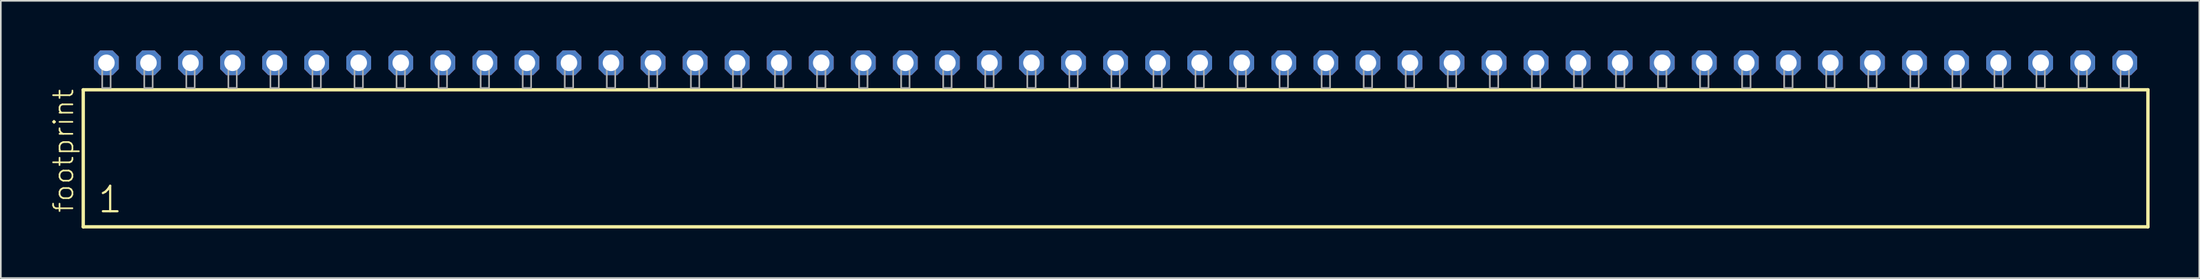
<source format=kicad_pcb>
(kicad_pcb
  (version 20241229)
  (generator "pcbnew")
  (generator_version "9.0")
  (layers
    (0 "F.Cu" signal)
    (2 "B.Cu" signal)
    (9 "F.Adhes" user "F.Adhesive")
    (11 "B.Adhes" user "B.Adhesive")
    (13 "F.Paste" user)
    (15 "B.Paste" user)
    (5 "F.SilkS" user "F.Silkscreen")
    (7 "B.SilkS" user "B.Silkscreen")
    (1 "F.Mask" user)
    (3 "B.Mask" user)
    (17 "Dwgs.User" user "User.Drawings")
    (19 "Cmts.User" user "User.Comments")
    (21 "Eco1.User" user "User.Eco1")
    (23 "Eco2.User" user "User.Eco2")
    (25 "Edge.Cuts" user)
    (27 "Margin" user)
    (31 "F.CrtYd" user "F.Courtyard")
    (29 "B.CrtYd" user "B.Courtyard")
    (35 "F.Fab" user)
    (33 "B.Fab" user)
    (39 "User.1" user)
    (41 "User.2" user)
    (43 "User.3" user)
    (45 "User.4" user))
  (footprint "footprint"
    (layer "F.Cu")
    (at 64.338 2.274)
    (property "Reference" "footprint" (at -62.865 7.62 90) (layer "F.SilkS") (effects (font (size 1.168 1.168) (thickness 0.102)) (justify left bottom)))
    (fp_line (start -62.359 0.106) (end -62.359 8.396) (stroke (width 0.203) (type solid)) (layer "F.SilkS"))
    (fp_line (start -62.359 8.396) (end 62.359 8.396) (stroke (width 0.203) (type solid)) (layer "F.SilkS"))
    (fp_line (start 62.359 0.106) (end -62.359 0.106) (stroke (width 0.203) (type solid)) (layer "F.SilkS"))
    (fp_line (start 62.359 8.396) (end 62.359 0.106) (stroke (width 0.203) (type solid)) (layer "F.SilkS"))
    (fp_poly (pts (xy -61.214 0) (xy -60.706 0) (xy -60.706 -1.778) (xy -61.214 -1.778)) (stroke (width 0.1) (type solid)) (fill no) (layer "F.Fab"))
    (fp_poly (pts (xy -58.674 0) (xy -58.166 0) (xy -58.166 -1.778) (xy -58.674 -1.778)) (stroke (width 0.1) (type solid)) (fill no) (layer "F.Fab"))
    (fp_poly (pts (xy -56.134 0) (xy -55.626 0) (xy -55.626 -1.778) (xy -56.134 -1.778)) (stroke (width 0.1) (type solid)) (fill no) (layer "F.Fab"))
    (fp_poly (pts (xy -53.594 0) (xy -53.086 0) (xy -53.086 -1.778) (xy -53.594 -1.778)) (stroke (width 0.1) (type solid)) (fill no) (layer "F.Fab"))
    (fp_poly (pts (xy -51.054 0) (xy -50.546 0) (xy -50.546 -1.778) (xy -51.054 -1.778)) (stroke (width 0.1) (type solid)) (fill no) (layer "F.Fab"))
    (fp_poly (pts (xy -48.514 0) (xy -48.006 0) (xy -48.006 -1.778) (xy -48.514 -1.778)) (stroke (width 0.1) (type solid)) (fill no) (layer "F.Fab"))
    (fp_poly (pts (xy -45.974 0) (xy -45.466 0) (xy -45.466 -1.778) (xy -45.974 -1.778)) (stroke (width 0.1) (type solid)) (fill no) (layer "F.Fab"))
    (fp_poly (pts (xy -43.434 0) (xy -42.926 0) (xy -42.926 -1.778) (xy -43.434 -1.778)) (stroke (width 0.1) (type solid)) (fill no) (layer "F.Fab"))
    (fp_poly (pts (xy -40.894 0) (xy -40.386 0) (xy -40.386 -1.778) (xy -40.894 -1.778)) (stroke (width 0.1) (type solid)) (fill no) (layer "F.Fab"))
    (fp_poly (pts (xy -38.354 0) (xy -37.846 0) (xy -37.846 -1.778) (xy -38.354 -1.778)) (stroke (width 0.1) (type solid)) (fill no) (layer "F.Fab"))
    (fp_poly (pts (xy -35.814 0) (xy -35.306 0) (xy -35.306 -1.778) (xy -35.814 -1.778)) (stroke (width 0.1) (type solid)) (fill no) (layer "F.Fab"))
    (fp_poly (pts (xy -33.274 0) (xy -32.766 0) (xy -32.766 -1.778) (xy -33.274 -1.778)) (stroke (width 0.1) (type solid)) (fill no) (layer "F.Fab"))
    (fp_poly (pts (xy -30.734 0) (xy -30.226 0) (xy -30.226 -1.778) (xy -30.734 -1.778)) (stroke (width 0.1) (type solid)) (fill no) (layer "F.Fab"))
    (fp_poly (pts (xy -28.194 0) (xy -27.686 0) (xy -27.686 -1.778) (xy -28.194 -1.778)) (stroke (width 0.1) (type solid)) (fill no) (layer "F.Fab"))
    (fp_poly (pts (xy -25.654 0) (xy -25.146 0) (xy -25.146 -1.778) (xy -25.654 -1.778)) (stroke (width 0.1) (type solid)) (fill no) (layer "F.Fab"))
    (fp_poly (pts (xy -23.114 0) (xy -22.606 0) (xy -22.606 -1.778) (xy -23.114 -1.778)) (stroke (width 0.1) (type solid)) (fill no) (layer "F.Fab"))
    (fp_poly (pts (xy -20.574 0) (xy -20.066 0) (xy -20.066 -1.778) (xy -20.574 -1.778)) (stroke (width 0.1) (type solid)) (fill no) (layer "F.Fab"))
    (fp_poly (pts (xy -18.034 0) (xy -17.526 0) (xy -17.526 -1.778) (xy -18.034 -1.778)) (stroke (width 0.1) (type solid)) (fill no) (layer "F.Fab"))
    (fp_poly (pts (xy -15.494 0) (xy -14.986 0) (xy -14.986 -1.778) (xy -15.494 -1.778)) (stroke (width 0.1) (type solid)) (fill no) (layer "F.Fab"))
    (fp_poly (pts (xy -12.954 0) (xy -12.446 0) (xy -12.446 -1.778) (xy -12.954 -1.778)) (stroke (width 0.1) (type solid)) (fill no) (layer "F.Fab"))
    (fp_poly (pts (xy -10.414 0) (xy -9.906 0) (xy -9.906 -1.778) (xy -10.414 -1.778)) (stroke (width 0.1) (type solid)) (fill no) (layer "F.Fab"))
    (fp_poly (pts (xy -7.874 0) (xy -7.366 0) (xy -7.366 -1.778) (xy -7.874 -1.778)) (stroke (width 0.1) (type solid)) (fill no) (layer "F.Fab"))
    (fp_poly (pts (xy -5.334 0) (xy -4.826 0) (xy -4.826 -1.778) (xy -5.334 -1.778)) (stroke (width 0.1) (type solid)) (fill no) (layer "F.Fab"))
    (fp_poly (pts (xy -2.794 0) (xy -2.286 0) (xy -2.286 -1.778) (xy -2.794 -1.778)) (stroke (width 0.1) (type solid)) (fill no) (layer "F.Fab"))
    (fp_poly (pts (xy -0.254 0) (xy 0.254 0) (xy 0.254 -1.778) (xy -0.254 -1.778)) (stroke (width 0.1) (type solid)) (fill no) (layer "F.Fab"))
    (fp_poly (pts (xy 2.286 0) (xy 2.794 0) (xy 2.794 -1.778) (xy 2.286 -1.778)) (stroke (width 0.1) (type solid)) (fill no) (layer "F.Fab"))
    (fp_poly (pts (xy 4.826 0) (xy 5.334 0) (xy 5.334 -1.778) (xy 4.826 -1.778)) (stroke (width 0.1) (type solid)) (fill no) (layer "F.Fab"))
    (fp_poly (pts (xy 7.366 0) (xy 7.874 0) (xy 7.874 -1.778) (xy 7.366 -1.778)) (stroke (width 0.1) (type solid)) (fill no) (layer "F.Fab"))
    (fp_poly (pts (xy 9.906 0) (xy 10.414 0) (xy 10.414 -1.778) (xy 9.906 -1.778)) (stroke (width 0.1) (type solid)) (fill no) (layer "F.Fab"))
    (fp_poly (pts (xy 12.446 0) (xy 12.954 0) (xy 12.954 -1.778) (xy 12.446 -1.778)) (stroke (width 0.1) (type solid)) (fill no) (layer "F.Fab"))
    (fp_poly (pts (xy 14.986 0) (xy 15.494 0) (xy 15.494 -1.778) (xy 14.986 -1.778)) (stroke (width 0.1) (type solid)) (fill no) (layer "F.Fab"))
    (fp_poly (pts (xy 17.526 0) (xy 18.034 0) (xy 18.034 -1.778) (xy 17.526 -1.778)) (stroke (width 0.1) (type solid)) (fill no) (layer "F.Fab"))
    (fp_poly (pts (xy 20.066 0) (xy 20.574 0) (xy 20.574 -1.778) (xy 20.066 -1.778)) (stroke (width 0.1) (type solid)) (fill no) (layer "F.Fab"))
    (fp_poly (pts (xy 22.606 0) (xy 23.114 0) (xy 23.114 -1.778) (xy 22.606 -1.778)) (stroke (width 0.1) (type solid)) (fill no) (layer "F.Fab"))
    (fp_poly (pts (xy 25.146 0) (xy 25.654 0) (xy 25.654 -1.778) (xy 25.146 -1.778)) (stroke (width 0.1) (type solid)) (fill no) (layer "F.Fab"))
    (fp_poly (pts (xy 27.686 0) (xy 28.194 0) (xy 28.194 -1.778) (xy 27.686 -1.778)) (stroke (width 0.1) (type solid)) (fill no) (layer "F.Fab"))
    (fp_poly (pts (xy 30.226 0) (xy 30.734 0) (xy 30.734 -1.778) (xy 30.226 -1.778)) (stroke (width 0.1) (type solid)) (fill no) (layer "F.Fab"))
    (fp_poly (pts (xy 32.766 0) (xy 33.274 0) (xy 33.274 -1.778) (xy 32.766 -1.778)) (stroke (width 0.1) (type solid)) (fill no) (layer "F.Fab"))
    (fp_poly (pts (xy 35.306 0) (xy 35.814 0) (xy 35.814 -1.778) (xy 35.306 -1.778)) (stroke (width 0.1) (type solid)) (fill no) (layer "F.Fab"))
    (fp_poly (pts (xy 37.846 0) (xy 38.354 0) (xy 38.354 -1.778) (xy 37.846 -1.778)) (stroke (width 0.1) (type solid)) (fill no) (layer "F.Fab"))
    (fp_poly (pts (xy 40.386 0) (xy 40.894 0) (xy 40.894 -1.778) (xy 40.386 -1.778)) (stroke (width 0.1) (type solid)) (fill no) (layer "F.Fab"))
    (fp_poly (pts (xy 42.926 0) (xy 43.434 0) (xy 43.434 -1.778) (xy 42.926 -1.778)) (stroke (width 0.1) (type solid)) (fill no) (layer "F.Fab"))
    (fp_poly (pts (xy 45.466 0) (xy 45.974 0) (xy 45.974 -1.778) (xy 45.466 -1.778)) (stroke (width 0.1) (type solid)) (fill no) (layer "F.Fab"))
    (fp_poly (pts (xy 48.006 0) (xy 48.514 0) (xy 48.514 -1.778) (xy 48.006 -1.778)) (stroke (width 0.1) (type solid)) (fill no) (layer "F.Fab"))
    (fp_poly (pts (xy 50.546 0) (xy 51.054 0) (xy 51.054 -1.778) (xy 50.546 -1.778)) (stroke (width 0.1) (type solid)) (fill no) (layer "F.Fab"))
    (fp_poly (pts (xy 53.086 0) (xy 53.594 0) (xy 53.594 -1.778) (xy 53.086 -1.778)) (stroke (width 0.1) (type solid)) (fill no) (layer "F.Fab"))
    (fp_poly (pts (xy 55.626 0) (xy 56.134 0) (xy 56.134 -1.778) (xy 55.626 -1.778)) (stroke (width 0.1) (type solid)) (fill no) (layer "F.Fab"))
    (fp_poly (pts (xy 58.166 0) (xy 58.674 0) (xy 58.674 -1.778) (xy 58.166 -1.778)) (stroke (width 0.1) (type solid)) (fill no) (layer "F.Fab"))
    (fp_poly (pts (xy 60.706 0) (xy 61.214 0) (xy 61.214 -1.778) (xy 60.706 -1.778)) (stroke (width 0.1) (type solid)) (fill no) (layer "F.Fab"))
    (fp_text user "1" (at -61.555 7.65 0) (layer "F.SilkS") (effects (font (size 1.542 1.542) (thickness 0.134)) (justify left bottom)))
    (pad "1" thru_hole roundrect (at -60.96 -1.524) (size 1.5 1.5) (drill 1) (layers "*.Cu" "*.Mask") (roundrect_rratio 0.25) (chamfer_ratio 0.25) (chamfer top_left top_right bottom_left bottom_right))
    (pad "2" thru_hole roundrect (at -58.42 -1.524) (size 1.5 1.5) (drill 1) (layers "*.Cu" "*.Mask") (roundrect_rratio 0.25) (chamfer_ratio 0.25) (chamfer top_left top_right bottom_left bottom_right))
    (pad "3" thru_hole roundrect (at -55.88 -1.524) (size 1.5 1.5) (drill 1) (layers "*.Cu" "*.Mask") (roundrect_rratio 0.25) (chamfer_ratio 0.25) (chamfer top_left top_right bottom_left bottom_right))
    (pad "4" thru_hole roundrect (at -53.34 -1.524) (size 1.5 1.5) (drill 1) (layers "*.Cu" "*.Mask") (roundrect_rratio 0.25) (chamfer_ratio 0.25) (chamfer top_left top_right bottom_left bottom_right))
    (pad "5" thru_hole roundrect (at -50.8 -1.524) (size 1.5 1.5) (drill 1) (layers "*.Cu" "*.Mask") (roundrect_rratio 0.25) (chamfer_ratio 0.25) (chamfer top_left top_right bottom_left bottom_right))
    (pad "6" thru_hole roundrect (at -48.26 -1.524) (size 1.5 1.5) (drill 1) (layers "*.Cu" "*.Mask") (roundrect_rratio 0.25) (chamfer_ratio 0.25) (chamfer top_left top_right bottom_left bottom_right))
    (pad "7" thru_hole roundrect (at -45.72 -1.524) (size 1.5 1.5) (drill 1) (layers "*.Cu" "*.Mask") (roundrect_rratio 0.25) (chamfer_ratio 0.25) (chamfer top_left top_right bottom_left bottom_right))
    (pad "8" thru_hole roundrect (at -43.18 -1.524) (size 1.5 1.5) (drill 1) (layers "*.Cu" "*.Mask") (roundrect_rratio 0.25) (chamfer_ratio 0.25) (chamfer top_left top_right bottom_left bottom_right))
    (pad "9" thru_hole roundrect (at -40.64 -1.524) (size 1.5 1.5) (drill 1) (layers "*.Cu" "*.Mask") (roundrect_rratio 0.25) (chamfer_ratio 0.25) (chamfer top_left top_right bottom_left bottom_right))
    (pad "10" thru_hole roundrect (at -38.1 -1.524) (size 1.5 1.5) (drill 1) (layers "*.Cu" "*.Mask") (roundrect_rratio 0.25) (chamfer_ratio 0.25) (chamfer top_left top_right bottom_left bottom_right))
    (pad "11" thru_hole roundrect (at -35.56 -1.524) (size 1.5 1.5) (drill 1) (layers "*.Cu" "*.Mask") (roundrect_rratio 0.25) (chamfer_ratio 0.25) (chamfer top_left top_right bottom_left bottom_right))
    (pad "12" thru_hole roundrect (at -33.02 -1.524) (size 1.5 1.5) (drill 1) (layers "*.Cu" "*.Mask") (roundrect_rratio 0.25) (chamfer_ratio 0.25) (chamfer top_left top_right bottom_left bottom_right))
    (pad "13" thru_hole roundrect (at -30.48 -1.524) (size 1.5 1.5) (drill 1) (layers "*.Cu" "*.Mask") (roundrect_rratio 0.25) (chamfer_ratio 0.25) (chamfer top_left top_right bottom_left bottom_right))
    (pad "14" thru_hole roundrect (at -27.94 -1.524) (size 1.5 1.5) (drill 1) (layers "*.Cu" "*.Mask") (roundrect_rratio 0.25) (chamfer_ratio 0.25) (chamfer top_left top_right bottom_left bottom_right))
    (pad "15" thru_hole roundrect (at -25.4 -1.524) (size 1.5 1.5) (drill 1) (layers "*.Cu" "*.Mask") (roundrect_rratio 0.25) (chamfer_ratio 0.25) (chamfer top_left top_right bottom_left bottom_right))
    (pad "16" thru_hole roundrect (at -22.86 -1.524) (size 1.5 1.5) (drill 1) (layers "*.Cu" "*.Mask") (roundrect_rratio 0.25) (chamfer_ratio 0.25) (chamfer top_left top_right bottom_left bottom_right))
    (pad "17" thru_hole roundrect (at -20.32 -1.524) (size 1.5 1.5) (drill 1) (layers "*.Cu" "*.Mask") (roundrect_rratio 0.25) (chamfer_ratio 0.25) (chamfer top_left top_right bottom_left bottom_right))
    (pad "18" thru_hole roundrect (at -17.78 -1.524) (size 1.5 1.5) (drill 1) (layers "*.Cu" "*.Mask") (roundrect_rratio 0.25) (chamfer_ratio 0.25) (chamfer top_left top_right bottom_left bottom_right))
    (pad "19" thru_hole roundrect (at -15.24 -1.524) (size 1.5 1.5) (drill 1) (layers "*.Cu" "*.Mask") (roundrect_rratio 0.25) (chamfer_ratio 0.25) (chamfer top_left top_right bottom_left bottom_right))
    (pad "20" thru_hole roundrect (at -12.7 -1.524) (size 1.5 1.5) (drill 1) (layers "*.Cu" "*.Mask") (roundrect_rratio 0.25) (chamfer_ratio 0.25) (chamfer top_left top_right bottom_left bottom_right))
    (pad "21" thru_hole roundrect (at -10.16 -1.524) (size 1.5 1.5) (drill 1) (layers "*.Cu" "*.Mask") (roundrect_rratio 0.25) (chamfer_ratio 0.25) (chamfer top_left top_right bottom_left bottom_right))
    (pad "22" thru_hole roundrect (at -7.62 -1.524) (size 1.5 1.5) (drill 1) (layers "*.Cu" "*.Mask") (roundrect_rratio 0.25) (chamfer_ratio 0.25) (chamfer top_left top_right bottom_left bottom_right))
    (pad "23" thru_hole roundrect (at -5.08 -1.524) (size 1.5 1.5) (drill 1) (layers "*.Cu" "*.Mask") (roundrect_rratio 0.25) (chamfer_ratio 0.25) (chamfer top_left top_right bottom_left bottom_right))
    (pad "24" thru_hole roundrect (at -2.54 -1.524) (size 1.5 1.5) (drill 1) (layers "*.Cu" "*.Mask") (roundrect_rratio 0.25) (chamfer_ratio 0.25) (chamfer top_left top_right bottom_left bottom_right))
    (pad "25" thru_hole roundrect (at 0 -1.524) (size 1.5 1.5) (drill 1) (layers "*.Cu" "*.Mask") (roundrect_rratio 0.25) (chamfer_ratio 0.25) (chamfer top_left top_right bottom_left bottom_right))
    (pad "26" thru_hole roundrect (at 2.54 -1.524) (size 1.5 1.5) (drill 1) (layers "*.Cu" "*.Mask") (roundrect_rratio 0.25) (chamfer_ratio 0.25) (chamfer top_left top_right bottom_left bottom_right))
    (pad "27" thru_hole roundrect (at 5.08 -1.524) (size 1.5 1.5) (drill 1) (layers "*.Cu" "*.Mask") (roundrect_rratio 0.25) (chamfer_ratio 0.25) (chamfer top_left top_right bottom_left bottom_right))
    (pad "28" thru_hole roundrect (at 7.62 -1.524) (size 1.5 1.5) (drill 1) (layers "*.Cu" "*.Mask") (roundrect_rratio 0.25) (chamfer_ratio 0.25) (chamfer top_left top_right bottom_left bottom_right))
    (pad "29" thru_hole roundrect (at 10.16 -1.524) (size 1.5 1.5) (drill 1) (layers "*.Cu" "*.Mask") (roundrect_rratio 0.25) (chamfer_ratio 0.25) (chamfer top_left top_right bottom_left bottom_right))
    (pad "30" thru_hole roundrect (at 12.7 -1.524) (size 1.5 1.5) (drill 1) (layers "*.Cu" "*.Mask") (roundrect_rratio 0.25) (chamfer_ratio 0.25) (chamfer top_left top_right bottom_left bottom_right))
    (pad "31" thru_hole roundrect (at 15.24 -1.524) (size 1.5 1.5) (drill 1) (layers "*.Cu" "*.Mask") (roundrect_rratio 0.25) (chamfer_ratio 0.25) (chamfer top_left top_right bottom_left bottom_right))
    (pad "32" thru_hole roundrect (at 17.78 -1.524) (size 1.5 1.5) (drill 1) (layers "*.Cu" "*.Mask") (roundrect_rratio 0.25) (chamfer_ratio 0.25) (chamfer top_left top_right bottom_left bottom_right))
    (pad "33" thru_hole roundrect (at 20.32 -1.524) (size 1.5 1.5) (drill 1) (layers "*.Cu" "*.Mask") (roundrect_rratio 0.25) (chamfer_ratio 0.25) (chamfer top_left top_right bottom_left bottom_right))
    (pad "34" thru_hole roundrect (at 22.86 -1.524) (size 1.5 1.5) (drill 1) (layers "*.Cu" "*.Mask") (roundrect_rratio 0.25) (chamfer_ratio 0.25) (chamfer top_left top_right bottom_left bottom_right))
    (pad "35" thru_hole roundrect (at 25.4 -1.524) (size 1.5 1.5) (drill 1) (layers "*.Cu" "*.Mask") (roundrect_rratio 0.25) (chamfer_ratio 0.25) (chamfer top_left top_right bottom_left bottom_right))
    (pad "36" thru_hole roundrect (at 27.94 -1.524) (size 1.5 1.5) (drill 1) (layers "*.Cu" "*.Mask") (roundrect_rratio 0.25) (chamfer_ratio 0.25) (chamfer top_left top_right bottom_left bottom_right))
    (pad "37" thru_hole roundrect (at 30.48 -1.524) (size 1.5 1.5) (drill 1) (layers "*.Cu" "*.Mask") (roundrect_rratio 0.25) (chamfer_ratio 0.25) (chamfer top_left top_right bottom_left bottom_right))
    (pad "38" thru_hole roundrect (at 33.02 -1.524) (size 1.5 1.5) (drill 1) (layers "*.Cu" "*.Mask") (roundrect_rratio 0.25) (chamfer_ratio 0.25) (chamfer top_left top_right bottom_left bottom_right))
    (pad "39" thru_hole roundrect (at 35.56 -1.524) (size 1.5 1.5) (drill 1) (layers "*.Cu" "*.Mask") (roundrect_rratio 0.25) (chamfer_ratio 0.25) (chamfer top_left top_right bottom_left bottom_right))
    (pad "40" thru_hole roundrect (at 38.1 -1.524) (size 1.5 1.5) (drill 1) (layers "*.Cu" "*.Mask") (roundrect_rratio 0.25) (chamfer_ratio 0.25) (chamfer top_left top_right bottom_left bottom_right))
    (pad "41" thru_hole roundrect (at 40.64 -1.524) (size 1.5 1.5) (drill 1) (layers "*.Cu" "*.Mask") (roundrect_rratio 0.25) (chamfer_ratio 0.25) (chamfer top_left top_right bottom_left bottom_right))
    (pad "42" thru_hole roundrect (at 43.18 -1.524) (size 1.5 1.5) (drill 1) (layers "*.Cu" "*.Mask") (roundrect_rratio 0.25) (chamfer_ratio 0.25) (chamfer top_left top_right bottom_left bottom_right))
    (pad "43" thru_hole roundrect (at 45.72 -1.524) (size 1.5 1.5) (drill 1) (layers "*.Cu" "*.Mask") (roundrect_rratio 0.25) (chamfer_ratio 0.25) (chamfer top_left top_right bottom_left bottom_right))
    (pad "44" thru_hole roundrect (at 48.26 -1.524) (size 1.5 1.5) (drill 1) (layers "*.Cu" "*.Mask") (roundrect_rratio 0.25) (chamfer_ratio 0.25) (chamfer top_left top_right bottom_left bottom_right))
    (pad "45" thru_hole roundrect (at 50.8 -1.524) (size 1.5 1.5) (drill 1) (layers "*.Cu" "*.Mask") (roundrect_rratio 0.25) (chamfer_ratio 0.25) (chamfer top_left top_right bottom_left bottom_right))
    (pad "46" thru_hole roundrect (at 53.34 -1.524) (size 1.5 1.5) (drill 1) (layers "*.Cu" "*.Mask") (roundrect_rratio 0.25) (chamfer_ratio 0.25) (chamfer top_left top_right bottom_left bottom_right))
    (pad "47" thru_hole roundrect (at 55.88 -1.524) (size 1.5 1.5) (drill 1) (layers "*.Cu" "*.Mask") (roundrect_rratio 0.25) (chamfer_ratio 0.25) (chamfer top_left top_right bottom_left bottom_right))
    (pad "48" thru_hole roundrect (at 58.42 -1.524) (size 1.5 1.5) (drill 1) (layers "*.Cu" "*.Mask") (roundrect_rratio 0.25) (chamfer_ratio 0.25) (chamfer top_left top_right bottom_left bottom_right))
    (pad "49" thru_hole roundrect (at 60.96 -1.524) (size 1.5 1.5) (drill 1) (layers "*.Cu" "*.Mask") (roundrect_rratio 0.25) (chamfer_ratio 0.25) (chamfer top_left top_right bottom_left bottom_right)))
  (gr_rect
    (start -3 -3)
    (end 129.799 13.772)
    (stroke (width 0.1) (type default))
    (fill no)
    (layer "Edge.Cuts")))
</source>
